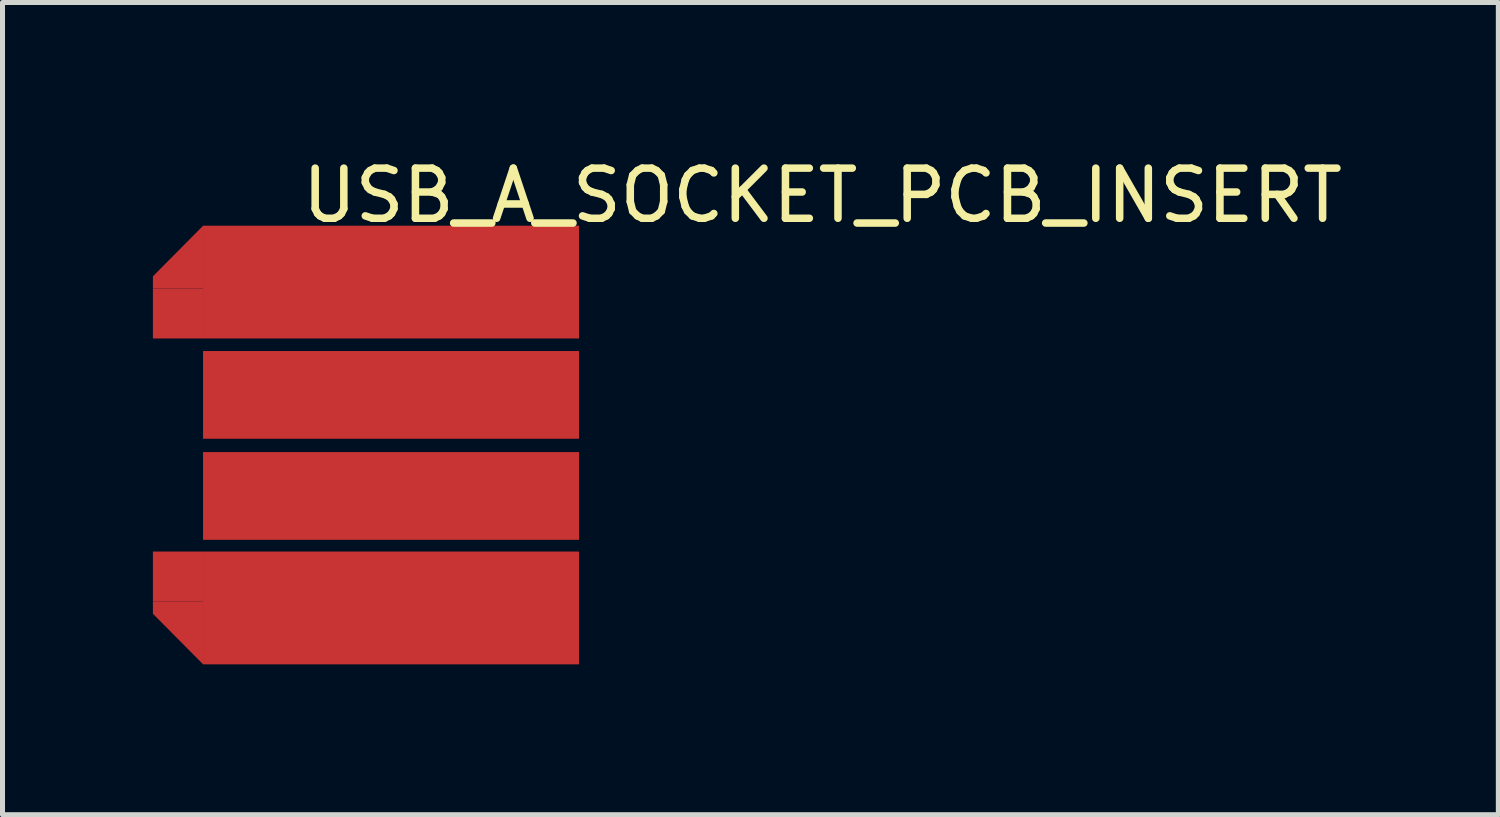
<source format=kicad_pcb>
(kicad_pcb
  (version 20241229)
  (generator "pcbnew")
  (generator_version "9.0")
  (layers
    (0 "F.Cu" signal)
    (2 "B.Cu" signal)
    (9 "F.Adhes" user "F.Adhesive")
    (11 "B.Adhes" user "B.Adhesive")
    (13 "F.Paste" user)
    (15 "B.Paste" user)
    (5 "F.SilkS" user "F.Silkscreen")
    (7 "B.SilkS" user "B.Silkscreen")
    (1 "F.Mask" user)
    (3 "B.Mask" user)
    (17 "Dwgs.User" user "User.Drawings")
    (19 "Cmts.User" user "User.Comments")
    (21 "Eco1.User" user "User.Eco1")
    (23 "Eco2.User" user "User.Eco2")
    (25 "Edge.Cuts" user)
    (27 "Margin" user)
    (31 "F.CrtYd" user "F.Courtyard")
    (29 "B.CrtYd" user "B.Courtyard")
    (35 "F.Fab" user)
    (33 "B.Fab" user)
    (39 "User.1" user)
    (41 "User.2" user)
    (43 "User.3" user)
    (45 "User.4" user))
  (footprint "USB_A_SOCKET_PCB_INSERT"
    (layer "F.Cu")
    (at 4.75 5.827)
    (property "Reference" "USB_A_SOCKET_PCB_INSERT" (at 8.606 -4.978 0) (layer "F.SilkS") (effects (font (size 1 1) (thickness 0.15))))
    (attr through_hole)
    (fp_poly (pts (xy -3.75 -3.125) (xy -4.75 -3.125) (xy -4.75 -3.365) (xy -3.749 -4.374)) (stroke (width 0) (type solid)) (fill yes) (layer "F.Cu"))
    (fp_poly (pts (xy -3.75 -2.125) (xy -4.75 -2.125) (xy -4.75 -3.125) (xy -3.75 -3.125)) (stroke (width 0) (type solid)) (fill yes) (layer "F.Cu"))
    (fp_poly (pts (xy -3.75 3.125) (xy -4.75 3.125) (xy -4.75 2.125) (xy -3.75 2.125)) (stroke (width 0) (type solid)) (fill yes) (layer "F.Cu"))
    (fp_poly (pts (xy -3.75 3.125) (xy -4.75 3.125) (xy -4.75 3.366) (xy -3.749 4.374)) (stroke (width 0) (type solid)) (fill yes) (layer "F.Cu"))
    (fp_poly (pts (xy -3.75 -3.125) (xy -4.75 -3.125) (xy -4.75 -3.365) (xy -3.749 -4.374)) (stroke (width 0) (type solid)) (fill yes) (layer "F.Mask"))
    (fp_poly (pts (xy -3.75 -2.125) (xy -4.75 -2.125) (xy -4.75 -3.125) (xy -3.75 -3.125)) (stroke (width 0) (type solid)) (fill yes) (layer "F.Mask"))
    (fp_poly (pts (xy -3.75 3.125) (xy -4.75 3.125) (xy -4.75 2.125) (xy -3.75 2.125)) (stroke (width 0) (type solid)) (fill yes) (layer "F.Mask"))
    (fp_poly (pts (xy -3.75 3.125) (xy -4.75 3.125) (xy -4.75 3.366) (xy -3.749 4.374)) (stroke (width 0) (type solid)) (fill yes) (layer "F.Mask"))
    (pad "1" smd custom (at 0 -3.25) (size 7.5 2.25) (layers "F.Cu" "F.Mask") (options (anchor rect)) (primitives))
    (pad "2" smd custom (at 0 -1) (size 7.5 1.75) (layers "F.Cu" "F.Mask") (options (anchor rect)) (primitives))
    (pad "3" smd custom (at 0 1.016) (size 7.5 1.75) (layers "F.Cu" "F.Mask") (options (anchor rect)) (primitives))
    (pad "4" smd custom (at 0 3.25) (size 7.5 2.25) (layers "F.Cu" "F.Mask") (options (anchor rect)) (primitives)))
  (gr_rect
    (start -3 -3)
    (end 26.838 13.202)
    (stroke (width 0.1) (type default))
    (fill no)
    (layer "Edge.Cuts")))
</source>
